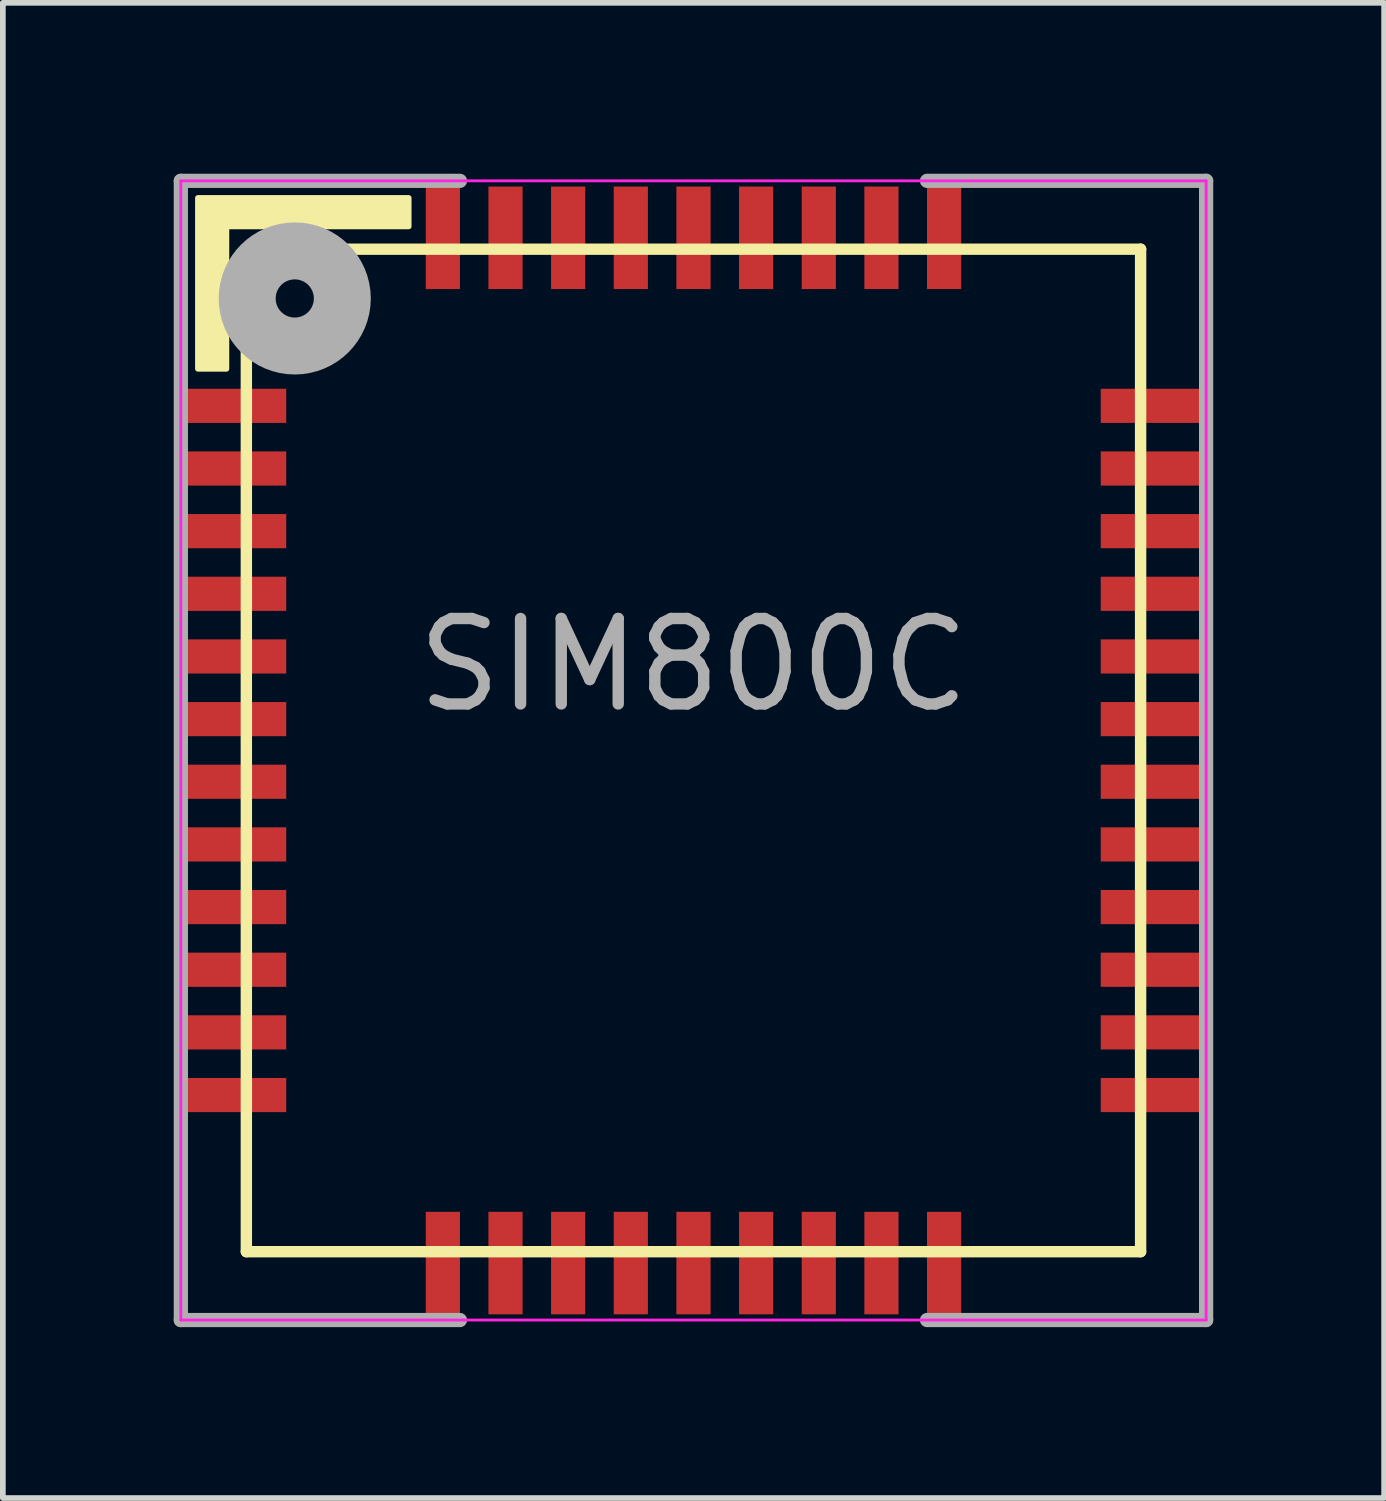
<source format=kicad_pcb>
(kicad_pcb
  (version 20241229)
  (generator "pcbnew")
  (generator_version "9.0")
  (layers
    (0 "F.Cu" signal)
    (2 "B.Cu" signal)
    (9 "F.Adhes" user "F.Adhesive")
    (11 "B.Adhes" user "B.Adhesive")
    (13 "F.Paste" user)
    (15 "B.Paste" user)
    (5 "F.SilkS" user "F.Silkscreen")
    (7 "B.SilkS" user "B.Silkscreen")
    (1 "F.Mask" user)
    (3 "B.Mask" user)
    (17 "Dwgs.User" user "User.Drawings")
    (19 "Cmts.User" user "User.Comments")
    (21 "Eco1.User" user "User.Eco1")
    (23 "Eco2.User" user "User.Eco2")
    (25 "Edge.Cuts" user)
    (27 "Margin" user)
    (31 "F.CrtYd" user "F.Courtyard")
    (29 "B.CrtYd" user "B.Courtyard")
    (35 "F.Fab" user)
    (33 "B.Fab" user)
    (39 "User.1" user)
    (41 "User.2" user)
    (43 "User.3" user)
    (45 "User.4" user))
  (footprint "SIM800C"
    (layer "F.Cu")
    (at 9.125 10.125)
    (property "Reference" "SIM800C" (at 0 -1.5 0) (layer "F.Fab") (effects (font (size 1.5 1.5) (thickness 0.2))))
    (attr through_hole)
    (fp_line (start -7.85 -8.8) (end -7.85 8.8) (stroke (width 0.2) (type solid)) (layer "F.SilkS"))
    (fp_line (start -7.85 -8.8) (end 7.85 -8.8) (stroke (width 0.2) (type solid)) (layer "F.SilkS"))
    (fp_line (start -7.85 8.8) (end 7.85 8.8) (stroke (width 0.2) (type solid)) (layer "F.SilkS"))
    (fp_line (start 7.85 -8.8) (end 7.85 8.8) (stroke (width 0.2) (type solid)) (layer "F.SilkS"))
    (fp_poly (pts (xy -5 -9.2) (xy -8.2 -9.2) (xy -8.2 -6.7) (xy -8.7 -6.7) (xy -8.7 -9.7) (xy -5 -9.7)) (stroke (width 0.1) (type solid)) (fill yes) (layer "F.SilkS"))
    (fp_poly (pts (xy 6.9 -1.4) (xy 4.5 -1.4) (xy 4.5 -7.8) (xy 6.9 -7.8)) (stroke (width 0.2) (type solid)) (fill no) (layer "Eco2.User"))
    (fp_line (start -9 -10) (end 9 -10) (stroke (width 0.05) (type solid)) (layer "F.CrtYd"))
    (fp_line (start -9 10) (end -9 -10) (stroke (width 0.05) (type solid)) (layer "F.CrtYd"))
    (fp_line (start 9 -10) (end 9 10) (stroke (width 0.05) (type solid)) (layer "F.CrtYd"))
    (fp_line (start 9 10) (end -9 10) (stroke (width 0.05) (type solid)) (layer "F.CrtYd"))
    (fp_line (start -9 -10) (end -9 10) (stroke (width 0.25) (type solid)) (layer "F.Fab"))
    (fp_line (start -9 10) (end -4.1 10) (stroke (width 0.25) (type solid)) (layer "F.Fab"))
    (fp_line (start -4.1 -10) (end -9 -10) (stroke (width 0.25) (type solid)) (layer "F.Fab"))
    (fp_line (start 4.1 10) (end 9 10) (stroke (width 0.25) (type solid)) (layer "F.Fab"))
    (fp_line (start 9 -10) (end 4.1 -10) (stroke (width 0.25) (type solid)) (layer "F.Fab"))
    (fp_line (start 9 10) (end 9 -10) (stroke (width 0.25) (type solid)) (layer "F.Fab"))
    (fp_circle (center -7 -7.935) (end -6.665 -7.935) (stroke (width 1) (type solid)) (fill no) (layer "F.Fab"))
    (pad "1" smd rect (at -8.05 -6.05) (size 1.8 0.6) (layers "F.Cu" "F.Mask" "F.Paste"))
    (pad "2" smd rect (at -8.05 -4.95) (size 1.8 0.6) (layers "F.Cu" "F.Mask" "F.Paste"))
    (pad "3" smd rect (at -8.05 -3.85) (size 1.8 0.6) (layers "F.Cu" "F.Mask" "F.Paste"))
    (pad "4" smd rect (at -8.05 -2.75) (size 1.8 0.6) (layers "F.Cu" "F.Mask" "F.Paste"))
    (pad "5" smd rect (at -8.05 -1.65) (size 1.8 0.6) (layers "F.Cu" "F.Mask" "F.Paste"))
    (pad "6" smd rect (at -8.05 -0.55) (size 1.8 0.6) (layers "F.Cu" "F.Mask" "F.Paste"))
    (pad "7" smd rect (at -8.05 0.55) (size 1.8 0.6) (layers "F.Cu" "F.Mask" "F.Paste"))
    (pad "8" smd rect (at -8.05 1.65) (size 1.8 0.6) (layers "F.Cu" "F.Mask" "F.Paste"))
    (pad "9" smd rect (at -8.05 2.75) (size 1.8 0.6) (layers "F.Cu" "F.Mask" "F.Paste"))
    (pad "10" smd rect (at -8.05 3.85) (size 1.8 0.6) (layers "F.Cu" "F.Mask" "F.Paste"))
    (pad "11" smd rect (at -8.05 4.95) (size 1.8 0.6) (layers "F.Cu" "F.Mask" "F.Paste"))
    (pad "12" smd rect (at -8.05 6.05) (size 1.8 0.6) (layers "F.Cu" "F.Mask" "F.Paste"))
    (pad "13" smd rect (at -4.4 9) (size 0.6 1.8) (layers "F.Cu" "F.Mask" "F.Paste"))
    (pad "14" smd rect (at -3.3 9) (size 0.6 1.8) (layers "F.Cu" "F.Mask" "F.Paste"))
    (pad "15" smd rect (at -2.2 9) (size 0.6 1.8) (layers "F.Cu" "F.Mask" "F.Paste"))
    (pad "16" smd rect (at -1.1 9) (size 0.6 1.8) (layers "F.Cu" "F.Mask" "F.Paste"))
    (pad "17" smd rect (at 0 9) (size 0.6 1.8) (layers "F.Cu" "F.Mask" "F.Paste"))
    (pad "18" smd rect (at 1.1 9) (size 0.6 1.8) (layers "F.Cu" "F.Mask" "F.Paste"))
    (pad "19" smd rect (at 2.2 9) (size 0.6 1.8) (layers "F.Cu" "F.Mask" "F.Paste"))
    (pad "20" smd rect (at 3.3 9) (size 0.6 1.8) (layers "F.Cu" "F.Mask" "F.Paste"))
    (pad "21" smd rect (at 4.4 9) (size 0.6 1.8) (layers "F.Cu" "F.Mask" "F.Paste"))
    (pad "22" smd rect (at 8.05 6.05) (size 1.8 0.6) (layers "F.Cu" "F.Mask" "F.Paste"))
    (pad "23" smd rect (at 8.05 4.95) (size 1.8 0.6) (layers "F.Cu" "F.Mask" "F.Paste"))
    (pad "24" smd rect (at 8.05 3.85) (size 1.8 0.6) (layers "F.Cu" "F.Mask" "F.Paste"))
    (pad "25" smd rect (at 8.05 2.75) (size 1.8 0.6) (layers "F.Cu" "F.Mask" "F.Paste"))
    (pad "26" smd rect (at 8.05 1.65) (size 1.8 0.6) (layers "F.Cu" "F.Mask" "F.Paste"))
    (pad "27" smd rect (at 8.05 0.55) (size 1.8 0.6) (layers "F.Cu" "F.Mask" "F.Paste"))
    (pad "28" smd rect (at 8.05 -0.55) (size 1.8 0.6) (layers "F.Cu" "F.Mask" "F.Paste"))
    (pad "29" smd rect (at 8.05 -1.65) (size 1.8 0.6) (layers "F.Cu" "F.Mask" "F.Paste"))
    (pad "30" smd rect (at 8.05 -2.75) (size 1.8 0.6) (layers "F.Cu" "F.Mask" "F.Paste"))
    (pad "31" smd rect (at 8.05 -3.85) (size 1.8 0.6) (layers "F.Cu" "F.Mask" "F.Paste"))
    (pad "32" smd rect (at 8.05 -4.95) (size 1.8 0.6) (layers "F.Cu" "F.Mask" "F.Paste"))
    (pad "33" smd rect (at 8.05 -6.05) (size 1.8 0.6) (layers "F.Cu" "F.Mask" "F.Paste"))
    (pad "34" smd rect (at 4.4 -9) (size 0.6 1.8) (layers "F.Cu" "F.Mask" "F.Paste"))
    (pad "35" smd rect (at 3.3 -9) (size 0.6 1.8) (layers "F.Cu" "F.Mask" "F.Paste"))
    (pad "36" smd rect (at 2.2 -9) (size 0.6 1.8) (layers "F.Cu" "F.Mask" "F.Paste"))
    (pad "37" smd rect (at 1.1 -9) (size 0.6 1.8) (layers "F.Cu" "F.Mask" "F.Paste"))
    (pad "38" smd rect (at 0 -9) (size 0.6 1.8) (layers "F.Cu" "F.Mask" "F.Paste"))
    (pad "39" smd rect (at -1.1 -9) (size 0.6 1.8) (layers "F.Cu" "F.Mask" "F.Paste"))
    (pad "40" smd rect (at -2.2 -9) (size 0.6 1.8) (layers "F.Cu" "F.Mask" "F.Paste"))
    (pad "41" smd rect (at -3.3 -9) (size 0.6 1.8) (layers "F.Cu" "F.Mask" "F.Paste"))
    (pad "42" smd rect (at -4.4 -9) (size 0.6 1.8) (layers "F.Cu" "F.Mask" "F.Paste")))
  (gr_rect
    (start -3 -3)
    (end 21.25 23.25)
    (stroke (width 0.1) (type default))
    (fill no)
    (layer "Edge.Cuts")))
</source>
